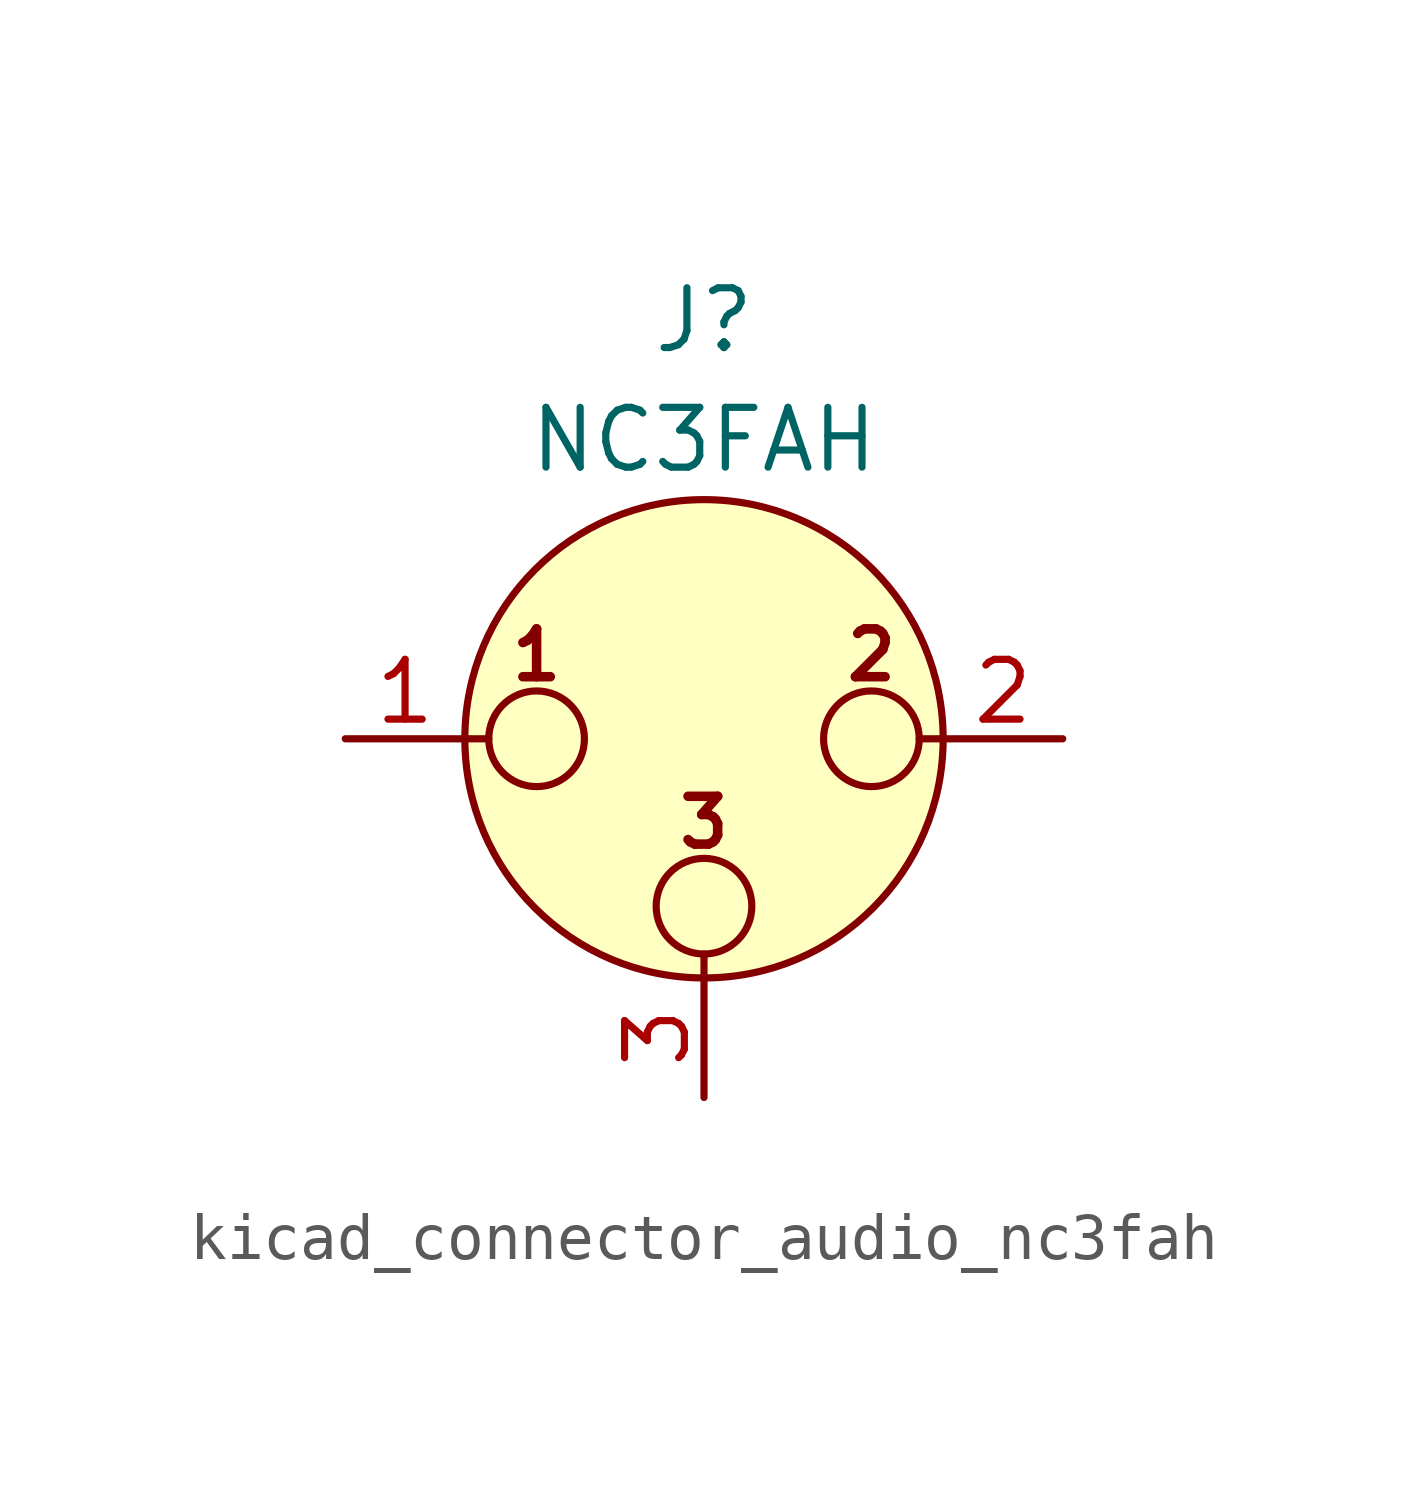
<source format=kicad_sym>
(kicad_symbol_lib
  (version 20220914)
  (generator kicad_symbol_editor)
  (symbol "kicad_connector_audio_nc3fah"
    (pin_names hide)
    (property "Reference" "J"
      (at 0 8.89 0)
      (effects (font (size 1.27 1.27))))
    (property "Value" "NC3FAH"
      (at 0 6.35 0)
      (effects (font (size 1.27 1.27))))
    (symbol "kicad_connector_audio_nc3fah_0_1"
      (circle (center -3.556 0) (radius 1.016) (stroke (width 0) (type default)) (fill (type none)))
      (circle (center 0 -3.556) (radius 1.016) (stroke (width 0) (type default)) (fill (type none)))
      (polyline (pts (xy -5.08 0) (xy -4.572 0)) (stroke (width 0) (type default)) (fill (type none)))
      (polyline (pts (xy 0 -5.08) (xy 0 -4.572)) (stroke (width 0) (type default)) (fill (type none)))
      (polyline (pts (xy 5.08 0) (xy 4.572 0)) (stroke (width 0) (type default)) (fill (type none)))
      (circle (center 0 0) (radius 5.08) (stroke (width 0) (type default)) (fill (type background)))
      (circle (center 3.556 0) (radius 1.016) (stroke (width 0) (type default)) (fill (type none)))
      (text "1" (at -3.556 1.778 0) (effects (font (size 1.016 1.016) bold)))
      (text "2" (at 3.556 1.778 0) (effects (font (size 1.016 1.016) bold)))
      (text "3" (at 0 -1.778 0) (effects (font (size 1.016 1.016) bold)))
      (pin passive line (at -7.62 0 0) (length 2.54) (name "~" (effects (font (size 1.27 1.27)))) (number "1" (effects (font (size 1.27 1.27)))))
      (pin passive line (at 7.62 0 180) (length 2.54) (name "~" (effects (font (size 1.27 1.27)))) (number "2" (effects (font (size 1.27 1.27)))))
      (pin passive line (at 0 -7.62 90) (length 2.54) (name "~" (effects (font (size 1.27 1.27)))) (number "3" (effects (font (size 1.27 1.27))))))))
</source>
